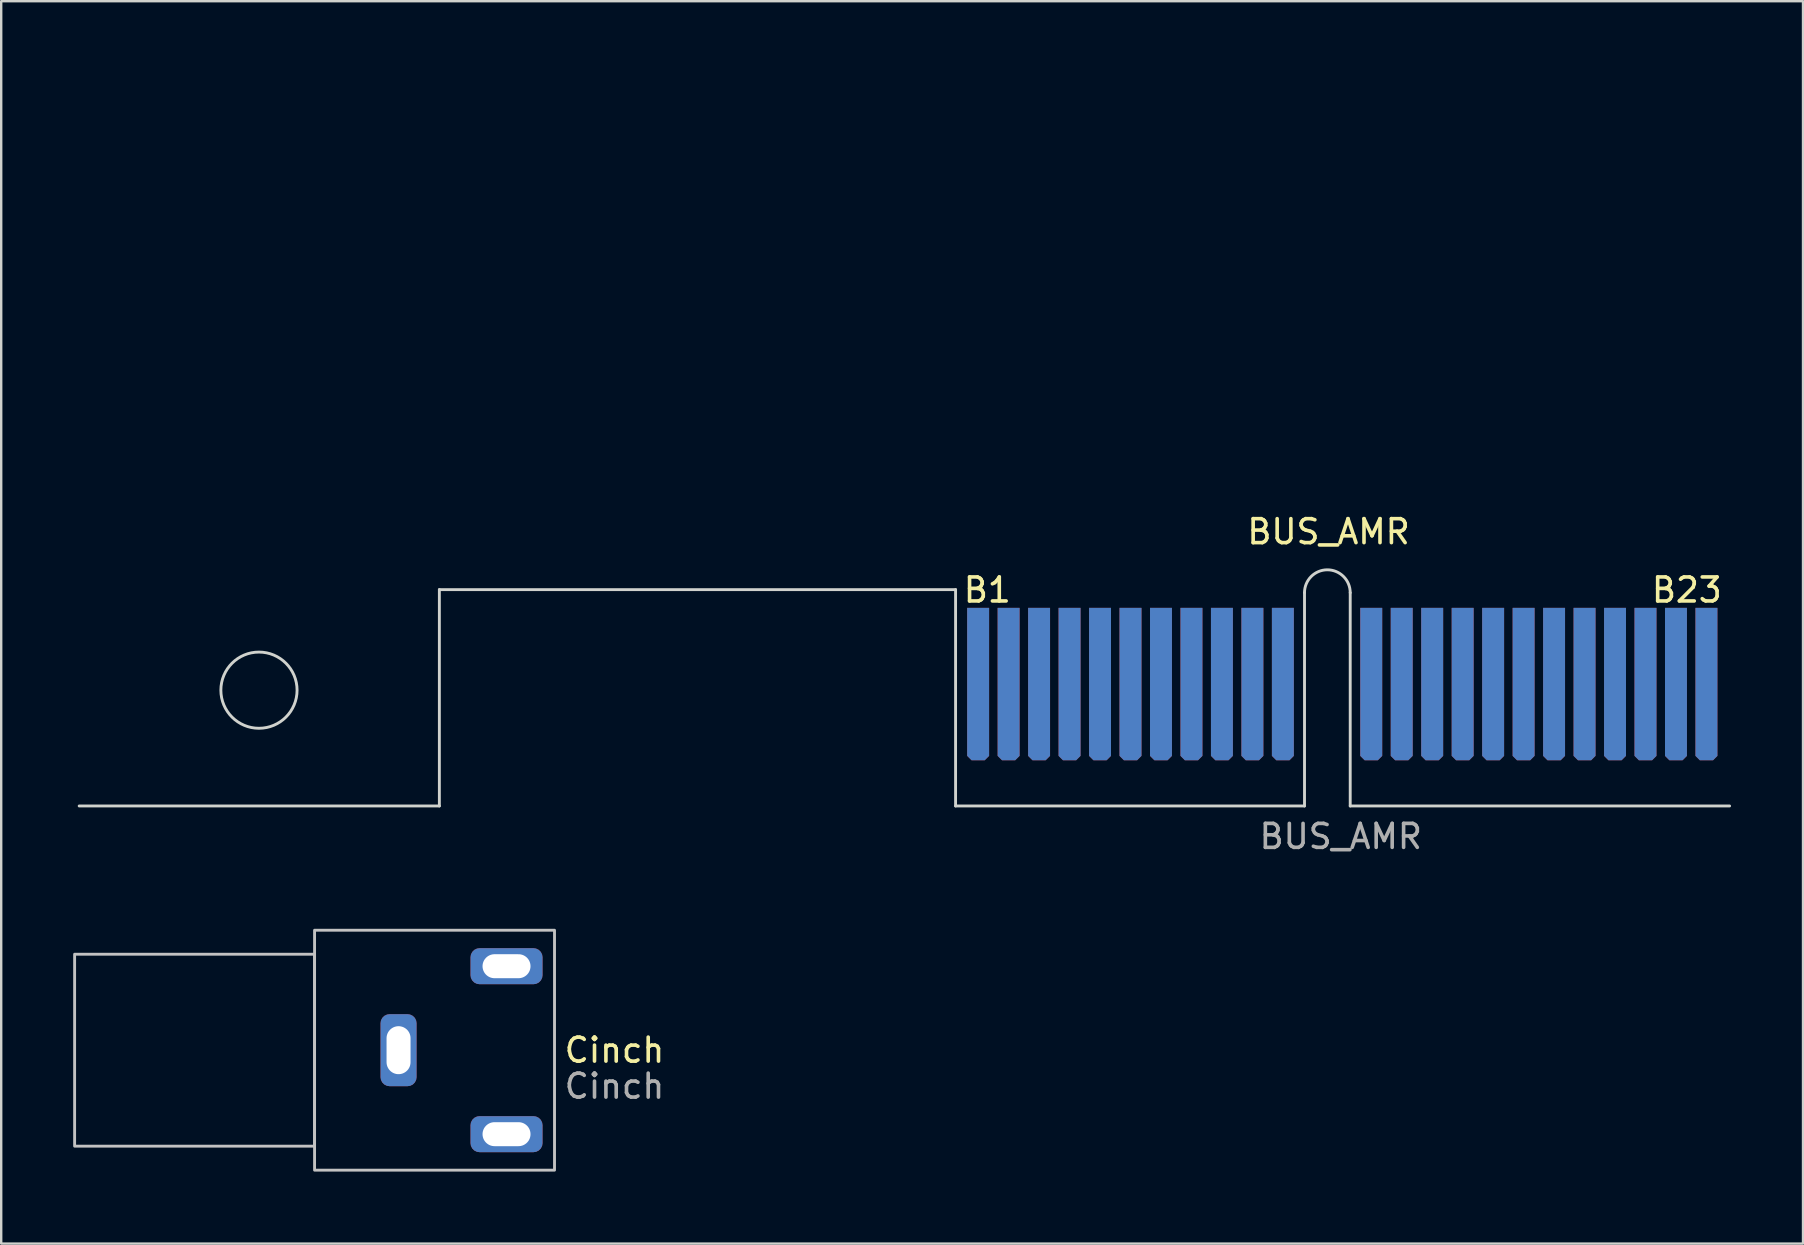
<source format=kicad_pcb>
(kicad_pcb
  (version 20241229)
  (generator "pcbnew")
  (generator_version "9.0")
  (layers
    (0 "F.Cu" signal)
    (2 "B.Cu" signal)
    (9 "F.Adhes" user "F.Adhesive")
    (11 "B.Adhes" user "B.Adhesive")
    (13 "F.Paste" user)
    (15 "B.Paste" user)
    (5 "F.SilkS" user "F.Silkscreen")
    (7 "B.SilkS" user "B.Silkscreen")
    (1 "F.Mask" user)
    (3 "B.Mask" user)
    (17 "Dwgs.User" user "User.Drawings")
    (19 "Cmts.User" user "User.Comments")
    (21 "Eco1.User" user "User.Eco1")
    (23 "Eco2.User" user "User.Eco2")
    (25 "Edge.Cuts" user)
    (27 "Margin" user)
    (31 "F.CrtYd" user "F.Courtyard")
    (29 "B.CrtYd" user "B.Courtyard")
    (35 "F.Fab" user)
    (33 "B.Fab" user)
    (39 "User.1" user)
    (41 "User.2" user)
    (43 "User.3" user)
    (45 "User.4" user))
  (footprint "Cinch"
    (layer "F.Cu")
    (at 16.06 40.718)
    (property "Reference" "Cinch" (at 6.5 0 0) (unlocked yes) (layer "F.SilkS") (effects (font (size 1 1) (thickness 0.15))))
    (attr through_hole)
    (fp_rect (start -6 4) (end -16 -4) (stroke (width 0.12) (type solid)) (fill no) (layer "Dwgs.User"))
    (fp_rect (start 4 -5) (end -6 5) (stroke (width 0.12) (type solid)) (fill no) (layer "Dwgs.User"))
    (fp_text user "${REFERENCE}" (at 6.5 1.5 0) (unlocked yes) (layer "F.Fab") (effects (font (size 1 1) (thickness 0.15))))
    (pad "1" thru_hole roundrect (at -2.5 0 90) (size 3 1.5) (drill oval 2 1) (layers "*.Cu" "*.Mask") (roundrect_rratio 0.25))
    (pad "2" thru_hole roundrect (at 2 -3.5) (size 3 1.5) (drill oval 2 1) (layers "*.Cu" "*.Mask") (roundrect_rratio 0.25))
    (pad "2" thru_hole roundrect (at 2 3.5) (size 3 1.5) (drill oval 2 1) (layers "*.Cu" "*.Mask") (roundrect_rratio 0.25)))
  (footprint "BUS_AMR"
    (layer "F.Cu")
    (at 0.25 30.54)
    (property "Reference" "BUS_AMR" (at 52.07 -11.43 0) (unlocked yes) (layer "F.SilkS") (effects (font (size 1 1) (thickness 0.15))))
    (fp_line (start 0 0) (end 15.011 0) (stroke (width 0.12) (type solid)) (layer "Edge.Cuts"))
    (fp_line (start 15.011 -9.017) (end 36.525 -9.017) (stroke (width 0.12) (type solid)) (layer "Edge.Cuts"))
    (fp_line (start 15.011 0) (end 15.011 -9.017) (stroke (width 0.12) (type solid)) (layer "Edge.Cuts"))
    (fp_line (start 36.525 0) (end 36.525 -9.017) (stroke (width 0.12) (type solid)) (layer "Edge.Cuts"))
    (fp_line (start 51.067 -8.89) (end 51.067 0) (stroke (width 0.12) (type solid)) (layer "Edge.Cuts"))
    (fp_line (start 51.067 0) (end 36.525 0) (stroke (width 0.12) (type solid)) (layer "Edge.Cuts"))
    (fp_line (start 52.972 -8.89) (end 52.972 0) (stroke (width 0.12) (type solid)) (layer "Edge.Cuts"))
    (fp_line (start 52.972 0) (end 68.783 0) (stroke (width 0.12) (type solid)) (layer "Edge.Cuts"))
    (fp_arc (start 51.0667 -8.89) (mid 52.0192 -9.8425) (end 52.9717 -8.89) (stroke (width 0.12) (type solid)) (layer "Edge.Cuts"))
    (fp_circle (center 7.493 -4.826) (end 9.081 -4.826) (stroke (width 0.12) (type solid)) (fill no) (layer "Edge.Cuts"))
    (fp_line (start 52.019 0) (end 52.019 -30.48) (stroke (width 0.12) (type solid)) (layer "User.2"))
    (fp_text user "B1" (at 37.846 -9 0) (unlocked yes) (layer "F.SilkS") (effects (font (size 1 1) (thickness 0.15))))
    (fp_text user "B23" (at 67 -9 0) (unlocked yes) (layer "F.SilkS") (effects (font (size 1 1) (thickness 0.15))))
    (fp_text user "${REFERENCE}" (at 52.578 1.27 0) (unlocked yes) (layer "F.Fab") (effects (font (size 1 1) (thickness 0.15))))
    (pad "A1" connect roundrect (at 37.465 -5.08) (size 0.914 6.35) (layers "B.Cu" "B.Mask") (roundrect_rratio 0) (chamfer_ratio 0.2) (chamfer bottom_left bottom_right))
    (pad "A2" connect roundrect (at 38.735 -5.08) (size 0.914 6.35) (layers "B.Cu" "B.Mask") (roundrect_rratio 0) (chamfer_ratio 0.2) (chamfer bottom_left bottom_right))
    (pad "A3" connect roundrect (at 40.005 -5.08) (size 0.914 6.35) (layers "B.Cu" "B.Mask") (roundrect_rratio 0) (chamfer_ratio 0.2) (chamfer bottom_left bottom_right))
    (pad "A4" connect roundrect (at 41.275 -5.08) (size 0.914 6.35) (layers "B.Cu" "B.Mask") (roundrect_rratio 0) (chamfer_ratio 0.2) (chamfer bottom_left bottom_right))
    (pad "A5" connect roundrect (at 42.545 -5.08) (size 0.914 6.35) (layers "B.Cu" "B.Mask") (roundrect_rratio 0) (chamfer_ratio 0.2) (chamfer bottom_left bottom_right))
    (pad "A6" connect roundrect (at 43.815 -5.08) (size 0.914 6.35) (layers "B.Cu" "B.Mask") (roundrect_rratio 0) (chamfer_ratio 0.2) (chamfer bottom_left bottom_right))
    (pad "A7" connect roundrect (at 45.085 -5.08) (size 0.914 6.35) (layers "B.Cu" "B.Mask") (roundrect_rratio 0) (chamfer_ratio 0.2) (chamfer bottom_left bottom_right))
    (pad "A8" connect roundrect (at 46.355 -5.08) (size 0.914 6.35) (layers "B.Cu" "B.Mask") (roundrect_rratio 0) (chamfer_ratio 0.2) (chamfer bottom_left bottom_right))
    (pad "A9" connect roundrect (at 47.625 -5.08) (size 0.914 6.35) (layers "B.Cu" "B.Mask") (roundrect_rratio 0) (chamfer_ratio 0.2) (chamfer bottom_left bottom_right))
    (pad "A10" connect roundrect (at 48.895 -5.08) (size 0.914 6.35) (layers "B.Cu" "B.Mask") (roundrect_rratio 0) (chamfer_ratio 0.2) (chamfer bottom_left bottom_right))
    (pad "A11" connect roundrect (at 50.165 -5.08) (size 0.914 6.35) (layers "B.Cu" "B.Mask") (roundrect_rratio 0) (chamfer_ratio 0.2) (chamfer bottom_left bottom_right))
    (pad "A12" connect roundrect (at 53.848 -5.08) (size 0.914 6.35) (layers "B.Cu" "B.Mask") (roundrect_rratio 0) (chamfer_ratio 0.2) (chamfer bottom_left bottom_right))
    (pad "A13" connect roundrect (at 55.118 -5.08) (size 0.914 6.35) (layers "B.Cu" "B.Mask") (roundrect_rratio 0) (chamfer_ratio 0.2) (chamfer bottom_left bottom_right))
    (pad "A14" connect roundrect (at 56.388 -5.08) (size 0.914 6.35) (layers "B.Cu" "B.Mask") (roundrect_rratio 0) (chamfer_ratio 0.2) (chamfer bottom_left bottom_right))
    (pad "A15" connect roundrect (at 57.658 -5.08) (size 0.914 6.35) (layers "B.Cu" "B.Mask") (roundrect_rratio 0) (chamfer_ratio 0.2) (chamfer bottom_left bottom_right))
    (pad "A16" connect roundrect (at 58.928 -5.08) (size 0.914 6.35) (layers "B.Cu" "B.Mask") (roundrect_rratio 0) (chamfer_ratio 0.2) (chamfer bottom_left bottom_right))
    (pad "A17" connect roundrect (at 60.198 -5.08) (size 0.914 6.35) (layers "B.Cu" "B.Mask") (roundrect_rratio 0) (chamfer_ratio 0.2) (chamfer bottom_left bottom_right))
    (pad "A18" connect roundrect (at 61.468 -5.08) (size 0.914 6.35) (layers "B.Cu" "B.Mask") (roundrect_rratio 0) (chamfer_ratio 0.2) (chamfer bottom_left bottom_right))
    (pad "A19" connect roundrect (at 62.738 -5.08) (size 0.914 6.35) (layers "B.Cu" "B.Mask") (roundrect_rratio 0) (chamfer_ratio 0.2) (chamfer bottom_left bottom_right))
    (pad "A20" connect roundrect (at 64.008 -5.08) (size 0.914 6.35) (layers "B.Cu" "B.Mask") (roundrect_rratio 0) (chamfer_ratio 0.2) (chamfer bottom_left bottom_right))
    (pad "A21" connect roundrect (at 65.278 -5.08) (size 0.914 6.35) (layers "B.Cu" "B.Mask") (roundrect_rratio 0) (chamfer_ratio 0.2) (chamfer bottom_left bottom_right))
    (pad "A22" connect roundrect (at 66.548 -5.08) (size 0.914 6.35) (layers "B.Cu" "B.Mask") (roundrect_rratio 0) (chamfer_ratio 0.2) (chamfer bottom_left bottom_right))
    (pad "A23" connect roundrect (at 67.818 -5.08) (size 0.914 6.35) (layers "B.Cu" "B.Mask") (roundrect_rratio 0) (chamfer_ratio 0.2) (chamfer bottom_left bottom_right))
    (pad "B1" connect roundrect (at 37.465 -5.08) (size 0.914 6.35) (layers "F.Cu" "F.Mask") (roundrect_rratio 0) (chamfer_ratio 0.2) (chamfer bottom_left bottom_right))
    (pad "B2" connect roundrect (at 38.735 -5.08) (size 0.914 6.35) (layers "F.Cu" "F.Mask") (roundrect_rratio 0) (chamfer_ratio 0.2) (chamfer bottom_left bottom_right))
    (pad "B3" connect roundrect (at 40.005 -5.08) (size 0.914 6.35) (layers "F.Cu" "F.Mask") (roundrect_rratio 0) (chamfer_ratio 0.2) (chamfer bottom_left bottom_right))
    (pad "B4" connect roundrect (at 41.275 -5.08) (size 0.914 6.35) (layers "F.Cu" "F.Mask") (roundrect_rratio 0) (chamfer_ratio 0.2) (chamfer bottom_left bottom_right))
    (pad "B5" connect roundrect (at 42.545 -5.08) (size 0.914 6.35) (layers "F.Cu" "F.Mask") (roundrect_rratio 0) (chamfer_ratio 0.2) (chamfer bottom_left bottom_right))
    (pad "B6" connect roundrect (at 43.815 -5.08) (size 0.914 6.35) (layers "F.Cu" "F.Mask") (roundrect_rratio 0) (chamfer_ratio 0.2) (chamfer bottom_left bottom_right))
    (pad "B7" connect roundrect (at 45.085 -5.08) (size 0.914 6.35) (layers "F.Cu" "F.Mask") (roundrect_rratio 0) (chamfer_ratio 0.2) (chamfer bottom_left bottom_right))
    (pad "B8" connect roundrect (at 46.355 -5.08) (size 0.914 6.35) (layers "F.Cu" "F.Mask") (roundrect_rratio 0) (chamfer_ratio 0.2) (chamfer bottom_left bottom_right))
    (pad "B9" connect roundrect (at 47.625 -5.08) (size 0.914 6.35) (layers "F.Cu" "F.Mask") (roundrect_rratio 0) (chamfer_ratio 0.2) (chamfer bottom_left bottom_right))
    (pad "B10" connect roundrect (at 48.895 -5.08) (size 0.914 6.35) (layers "F.Cu" "F.Mask") (roundrect_rratio 0) (chamfer_ratio 0.2) (chamfer bottom_left bottom_right))
    (pad "B11" connect roundrect (at 50.165 -5.08) (size 0.914 6.35) (layers "F.Cu" "F.Mask") (roundrect_rratio 0) (chamfer_ratio 0.2) (chamfer bottom_left bottom_right))
    (pad "B12" connect roundrect (at 53.848 -5.08) (size 0.914 6.35) (layers "F.Cu" "F.Mask") (roundrect_rratio 0) (chamfer_ratio 0.2) (chamfer bottom_left bottom_right))
    (pad "B13" connect roundrect (at 55.118 -5.08) (size 0.914 6.35) (layers "F.Cu" "F.Mask") (roundrect_rratio 0) (chamfer_ratio 0.2) (chamfer bottom_left bottom_right))
    (pad "B14" connect roundrect (at 56.388 -5.08) (size 0.914 6.35) (layers "F.Cu" "F.Mask") (roundrect_rratio 0) (chamfer_ratio 0.2) (chamfer bottom_left bottom_right))
    (pad "B15" connect roundrect (at 57.658 -5.08) (size 0.914 6.35) (layers "F.Cu" "F.Mask") (roundrect_rratio 0) (chamfer_ratio 0.2) (chamfer bottom_left bottom_right))
    (pad "B16" connect roundrect (at 58.928 -5.08) (size 0.914 6.35) (layers "F.Cu" "F.Mask") (roundrect_rratio 0) (chamfer_ratio 0.2) (chamfer bottom_left bottom_right))
    (pad "B17" connect roundrect (at 60.198 -5.08) (size 0.914 6.35) (layers "F.Cu" "F.Mask") (roundrect_rratio 0) (chamfer_ratio 0.2) (chamfer bottom_left bottom_right))
    (pad "B18" connect roundrect (at 61.468 -5.08) (size 0.914 6.35) (layers "F.Cu" "F.Mask") (roundrect_rratio 0) (chamfer_ratio 0.2) (chamfer bottom_left bottom_right))
    (pad "B19" connect roundrect (at 62.738 -5.08) (size 0.914 6.35) (layers "F.Cu" "F.Mask") (roundrect_rratio 0) (chamfer_ratio 0.2) (chamfer bottom_left bottom_right))
    (pad "B20" connect roundrect (at 64.008 -5.08) (size 0.914 6.35) (layers "F.Cu" "F.Mask") (roundrect_rratio 0) (chamfer_ratio 0.2) (chamfer bottom_left bottom_right))
    (pad "B21" connect roundrect (at 65.278 -5.08) (size 0.914 6.35) (layers "F.Cu" "F.Mask") (roundrect_rratio 0) (chamfer_ratio 0.2) (chamfer bottom_left bottom_right))
    (pad "B22" connect roundrect (at 66.548 -5.08) (size 0.914 6.35) (layers "F.Cu" "F.Mask") (roundrect_rratio 0) (chamfer_ratio 0.2) (chamfer bottom_left bottom_right))
    (pad "B23" connect roundrect (at 67.818 -5.08) (size 0.914 6.35) (layers "F.Cu" "F.Mask") (roundrect_rratio 0) (chamfer_ratio 0.2) (chamfer bottom_left bottom_right)))
  (gr_rect
    (start -3 -3)
    (end 72.093 48.778)
    (stroke (width 0.1) (type default))
    (fill no)
    (layer "Edge.Cuts")))
</source>
